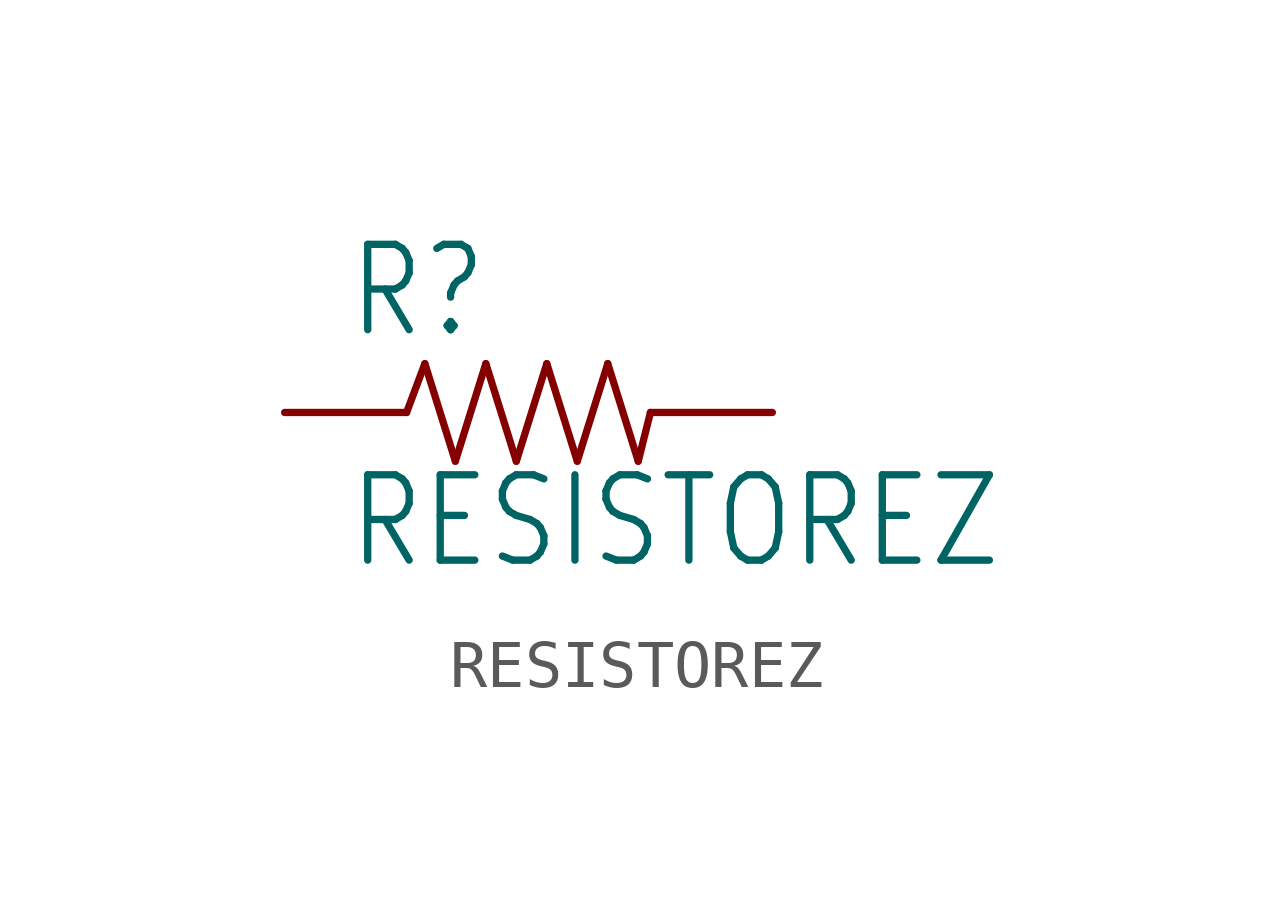
<source format=kicad_sym>
(kicad_symbol_lib
  (version 20200126)
  (host kicad_symbol_editor "5.99.0-unknown-aa7ce74~88~ubuntu18.04.1")
  (symbol "RESISTOREZ"
    (property "Reference" "R"
      (at -3.81 1.499 0)
      (effects (font (size 1.778 1.511)) (justify left bottom)))
    (property "Value" "RESISTOREZ"
      (at -3.81 -3.302 0)
      (effects (font (size 1.778 1.511)) (justify left bottom)))
    (property "ki_locked" ""
      (at 0 0 0)
      (effects (font (size 1.27 1.27))))
    (symbol "RESISTOREZ_1_0"
      (polyline (pts (xy -2.54 0) (xy -2.159 1.016)) (stroke (width 0.152)) (fill (type none)))
      (polyline (pts (xy -2.159 1.016) (xy -1.524 -1.016)) (stroke (width 0.152)) (fill (type none)))
      (polyline (pts (xy -1.524 -1.016) (xy -0.889 1.016)) (stroke (width 0.152)) (fill (type none)))
      (polyline (pts (xy -0.889 1.016) (xy -0.254 -1.016)) (stroke (width 0.152)) (fill (type none)))
      (polyline (pts (xy -0.254 -1.016) (xy 0.381 1.016)) (stroke (width 0.152)) (fill (type none)))
      (polyline (pts (xy 0.381 1.016) (xy 1.016 -1.016)) (stroke (width 0.152)) (fill (type none)))
      (polyline (pts (xy 1.016 -1.016) (xy 1.651 1.016)) (stroke (width 0.152)) (fill (type none)))
      (polyline (pts (xy 1.651 1.016) (xy 2.286 -1.016)) (stroke (width 0.152)) (fill (type none)))
      (polyline (pts (xy 2.286 -1.016) (xy 2.54 0)) (stroke (width 0.152)) (fill (type none)))
      (pin passive line (at 5.08 0 180) (length 2.54) (name "2" (effects (font (size 0 0)))) (number "P$2" (effects (font (size 0 0)))))
      (pin passive line (at -5.08 0 0) (length 2.54) (name "1" (effects (font (size 0 0)))) (number "P$1" (effects (font (size 0 0))))))))
</source>
